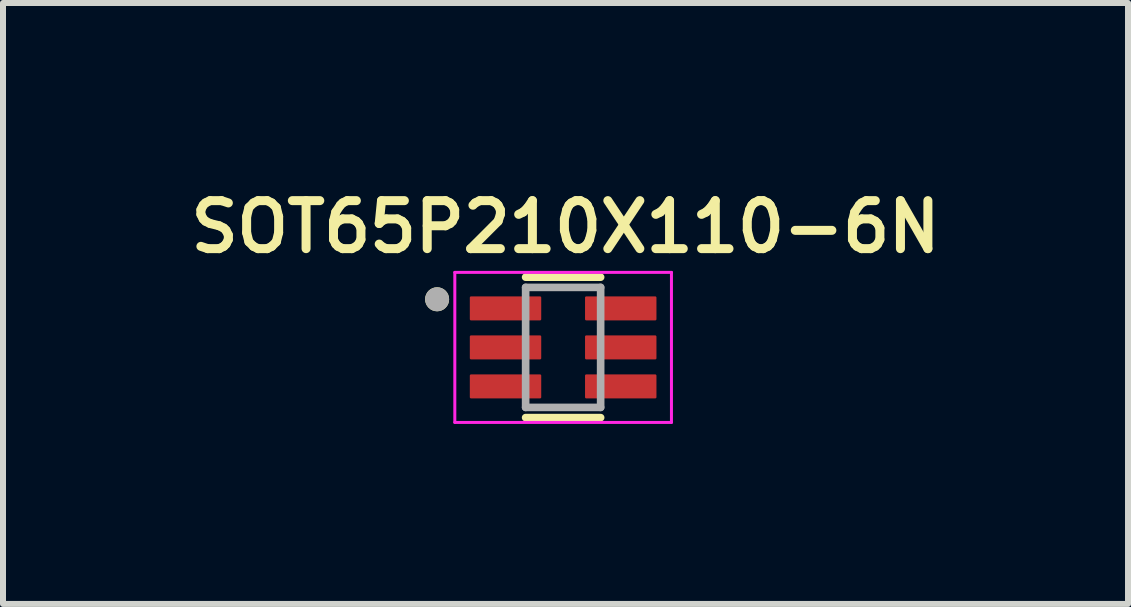
<source format=kicad_pcb>
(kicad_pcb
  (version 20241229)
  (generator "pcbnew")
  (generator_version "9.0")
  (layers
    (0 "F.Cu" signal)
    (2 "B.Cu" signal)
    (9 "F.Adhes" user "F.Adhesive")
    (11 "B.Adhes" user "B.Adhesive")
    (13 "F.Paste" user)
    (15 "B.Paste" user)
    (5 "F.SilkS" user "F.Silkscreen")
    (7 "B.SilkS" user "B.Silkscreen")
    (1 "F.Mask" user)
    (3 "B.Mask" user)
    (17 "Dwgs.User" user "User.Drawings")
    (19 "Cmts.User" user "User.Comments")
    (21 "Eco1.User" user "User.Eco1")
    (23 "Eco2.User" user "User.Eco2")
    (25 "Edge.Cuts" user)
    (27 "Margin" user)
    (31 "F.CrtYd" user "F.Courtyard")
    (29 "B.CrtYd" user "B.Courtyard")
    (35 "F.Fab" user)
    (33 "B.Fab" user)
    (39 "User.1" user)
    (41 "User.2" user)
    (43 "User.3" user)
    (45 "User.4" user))
  (footprint "SOT65P210X110-6N"
    (layer "F.Cu")
    (at 6.334 2.739)
    (property "Reference" "SOT65P210X110-6N" (at 0.04 -2.008 0) (layer "F.SilkS") (effects (font (size 0.8 0.8) (thickness 0.15))))
    (attr through_hole)
    (fp_line (start -0.625 -1.17) (end 0.625 -1.17) (stroke (width 0.127) (type solid)) (layer "F.SilkS"))
    (fp_line (start -0.625 1.17) (end 0.625 1.17) (stroke (width 0.127) (type solid)) (layer "F.SilkS"))
    (fp_circle (center -2.1 -0.802) (end -2 -0.802) (stroke (width 0.2) (type solid)) (fill no) (layer "F.SilkS"))
    (fp_line (start -1.805 -1.25) (end -1.805 1.25) (stroke (width 0.05) (type solid)) (layer "F.CrtYd"))
    (fp_line (start -1.805 1.25) (end 1.805 1.25) (stroke (width 0.05) (type solid)) (layer "F.CrtYd"))
    (fp_line (start 1.805 -1.25) (end -1.805 -1.25) (stroke (width 0.05) (type solid)) (layer "F.CrtYd"))
    (fp_line (start 1.805 1.25) (end 1.805 -1.25) (stroke (width 0.05) (type solid)) (layer "F.CrtYd"))
    (fp_line (start -0.625 -1) (end -0.625 1) (stroke (width 0.127) (type solid)) (layer "F.Fab"))
    (fp_line (start -0.625 1) (end 0.625 1) (stroke (width 0.127) (type solid)) (layer "F.Fab"))
    (fp_line (start 0.625 -1) (end -0.625 -1) (stroke (width 0.127) (type solid)) (layer "F.Fab"))
    (fp_line (start 0.625 1) (end 0.625 -1) (stroke (width 0.127) (type solid)) (layer "F.Fab"))
    (fp_circle (center -2.1 -0.802) (end -2 -0.802) (stroke (width 0.2) (type solid)) (fill no) (layer "F.Fab"))
    (pad "1" smd roundrect (at -0.96 -0.65) (size 1.19 0.4) (layers "F.Cu" "F.Mask" "F.Paste") (roundrect_rratio 0.05))
    (pad "2" smd roundrect (at -0.96 0) (size 1.19 0.4) (layers "F.Cu" "F.Mask" "F.Paste") (roundrect_rratio 0.05))
    (pad "3" smd roundrect (at -0.96 0.65) (size 1.19 0.4) (layers "F.Cu" "F.Mask" "F.Paste") (roundrect_rratio 0.05))
    (pad "4" smd roundrect (at 0.96 0.65 180) (size 1.19 0.4) (layers "F.Cu" "F.Mask" "F.Paste") (roundrect_rratio 0.05))
    (pad "5" smd roundrect (at 0.96 0 180) (size 1.19 0.4) (layers "F.Cu" "F.Mask" "F.Paste") (roundrect_rratio 0.05))
    (pad "6" smd roundrect (at 0.96 -0.65 180) (size 1.19 0.4) (layers "F.Cu" "F.Mask" "F.Paste") (roundrect_rratio 0.05)))
  (gr_rect
    (start -3 -3)
    (end 15.747 7.014)
    (stroke (width 0.1) (type default))
    (fill no)
    (layer "Edge.Cuts")))
</source>
